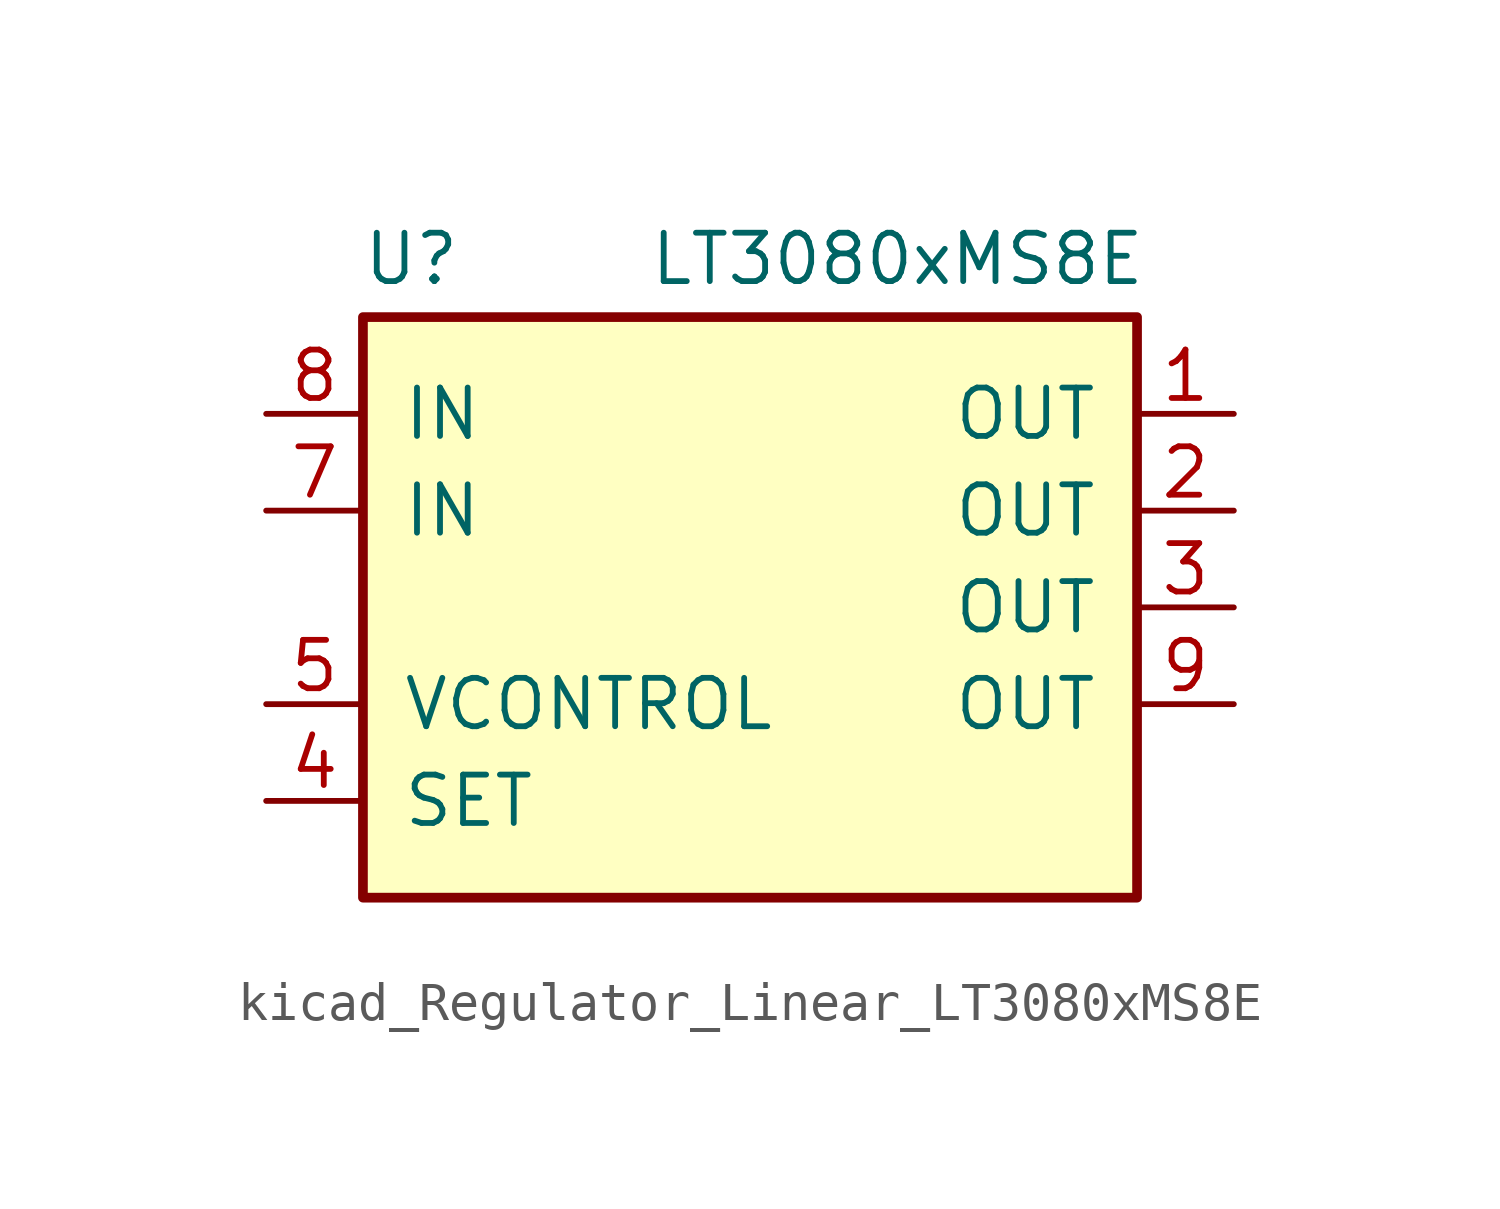
<source format=kicad_sym>
(kicad_symbol_lib
  (version 20220914)
  (generator kicad_symbol_editor)
  (symbol "kicad_Regulator_Linear_LT3080xMS8E"
    (pin_names
      (offset 1.016))
    (property "Reference" "U"
      (at -8.89 9.144 0)
      (effects (font (size 1.27 1.27))))
    (property "Value" "LT3080xMS8E"
      (at 10.414 9.144 0)
      (effects (font (size 1.27 1.27)) (justify right)))
    (symbol "kicad_Regulator_Linear_LT3080xMS8E_0_1"
      (rectangle (start -10.16 7.62) (end 10.16 -7.62) (stroke (width 0.254) (type default)) (fill (type background))))
    (symbol "kicad_Regulator_Linear_LT3080xMS8E_1_1"
      (pin power_out line (at 12.7 5.08 180) (length 2.54) (name "OUT" (effects (font (size 1.27 1.27)))) (number "1" (effects (font (size 1.27 1.27)))))
      (pin power_out line (at 12.7 2.54 180) (length 2.54) (name "OUT" (effects (font (size 1.27 1.27)))) (number "2" (effects (font (size 1.27 1.27)))))
      (pin power_out line (at 12.7 0 180) (length 2.54) (name "OUT" (effects (font (size 1.27 1.27)))) (number "3" (effects (font (size 1.27 1.27)))))
      (pin input line (at -12.7 -5.08 0) (length 2.54) (name "SET" (effects (font (size 1.27 1.27)))) (number "4" (effects (font (size 1.27 1.27)))))
      (pin input line (at -12.7 -2.54 0) (length 2.54) (name "VCONTROL" (effects (font (size 1.27 1.27)))) (number "5" (effects (font (size 1.27 1.27)))))
      (pin no_connect line (at -10.16 0 0) (length 2.54) hide (name "NC" (effects (font (size 1.27 1.27)))) (number "6" (effects (font (size 1.27 1.27)))))
      (pin power_in line (at -12.7 2.54 0) (length 2.54) (name "IN" (effects (font (size 1.27 1.27)))) (number "7" (effects (font (size 1.27 1.27)))))
      (pin power_in line (at -12.7 5.08 0) (length 2.54) (name "IN" (effects (font (size 1.27 1.27)))) (number "8" (effects (font (size 1.27 1.27)))))
      (pin power_out line (at 12.7 -2.54 180) (length 2.54) (name "OUT" (effects (font (size 1.27 1.27)))) (number "9" (effects (font (size 1.27 1.27))))))))
</source>
